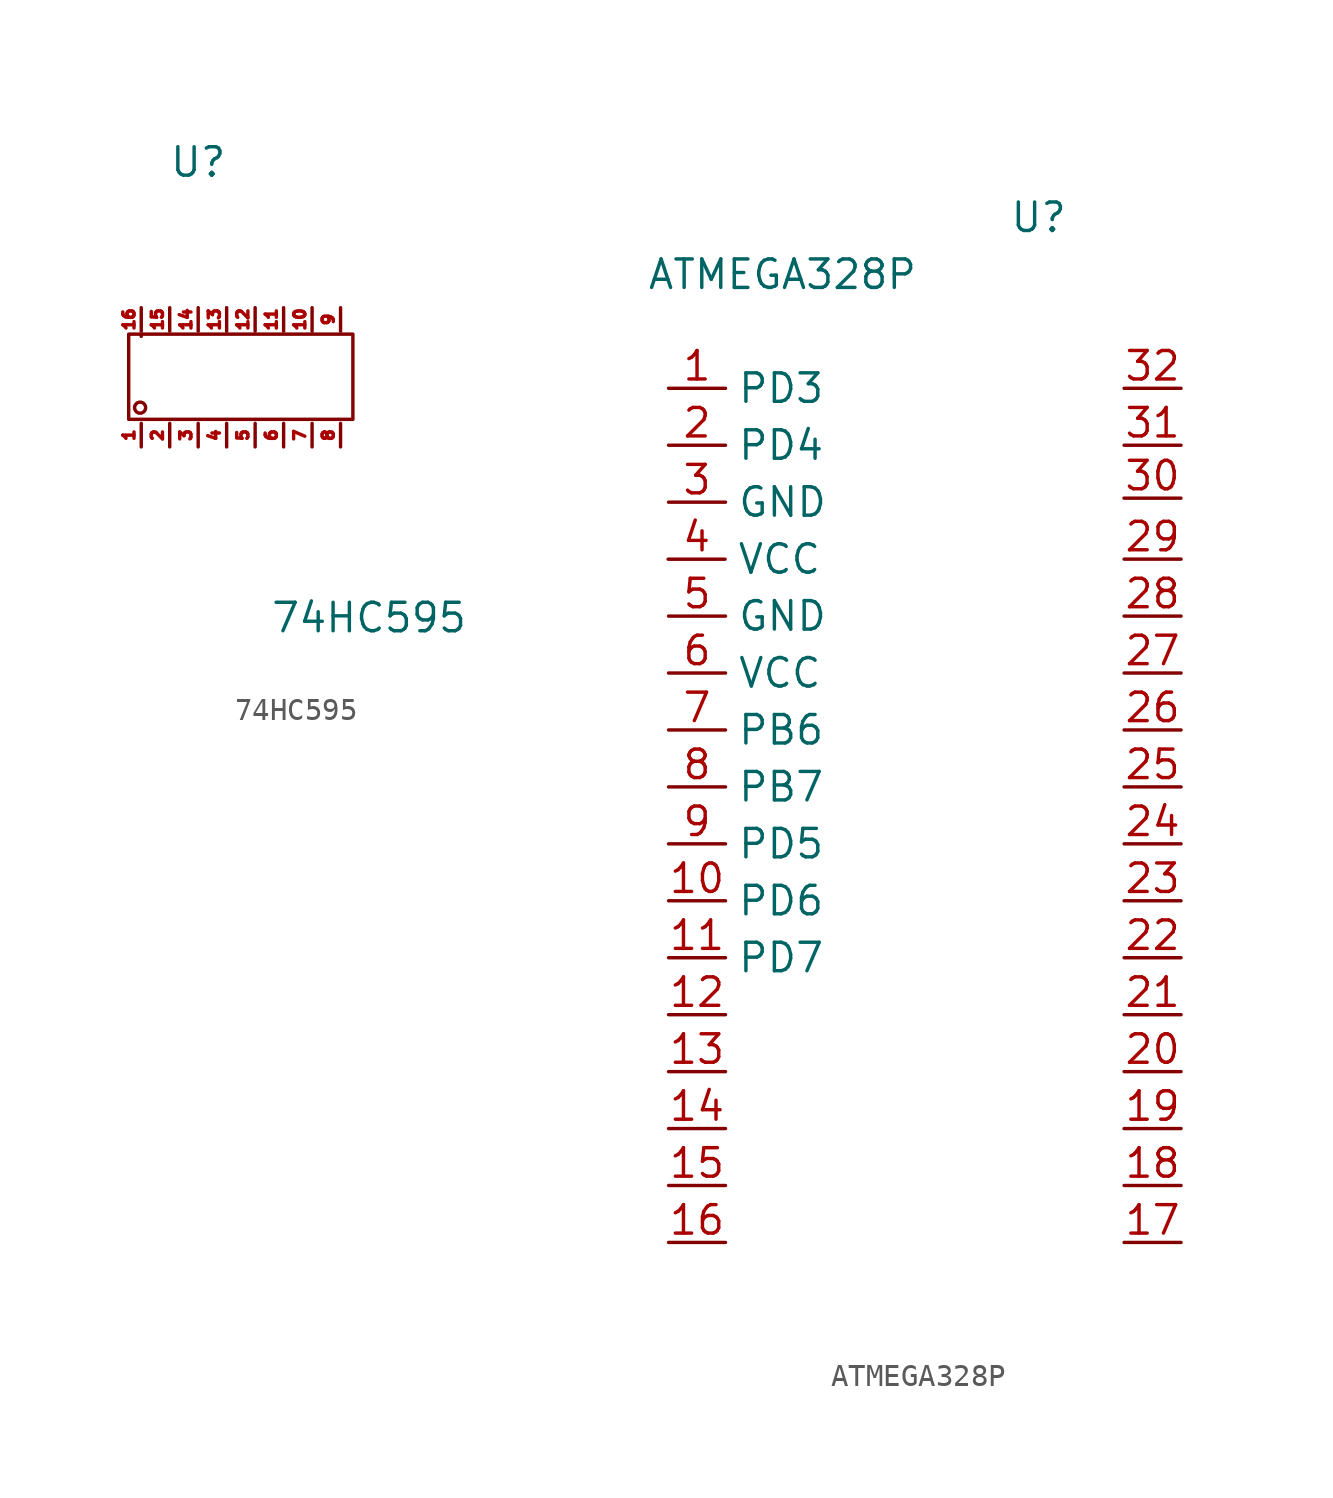
<source format=kicad_sym>
(kicad_symbol_lib
  (version 20211014)
  (generator kicad_symbol_editor)
  (symbol "74HC595"
    (property "Reference" "U"
      (at 2.54 11.57 0)
      (effects (font (size 1.27 1.27))))
    (property "Value" "74HC595"
      (at 10.16 -8.75 0)
      (effects (font (size 1.27 1.27))))
    (symbol "74HC595_0_1"
      (rectangle (start -0.56 3.9) (end 9.44 0.1) (stroke (width 0) (type default) (color 0 0 0 0)) (fill (type none)))
      (circle (center -0.05 0.62) (radius 0.246) (stroke (width 0) (type default) (color 0 0 0 0)) (fill (type none)))
      (rectangle (start 0 3.8) (end 0 3.8) (stroke (width 0) (type default) (color 0 0 0 0)) (fill (type none))))
    (symbol "74HC595_1_1"
      (pin input line (at 0 -1.13 90) (length 1.05) (name "" (effects (font (size 0.5 0.5)))) (number "1" (effects (font (size 0.5 0.5)))))
      (pin input line (at 7.62 5.08 270) (length 1.05) (name "" (effects (font (size 0.5 0.5)))) (number "10" (effects (font (size 0.5 0.5)))))
      (pin input line (at 6.35 5.08 270) (length 1.05) (name "" (effects (font (size 0.5 0.5)))) (number "11" (effects (font (size 0.5 0.5)))))
      (pin input line (at 5.08 5.08 270) (length 1.05) (name "" (effects (font (size 0.5 0.5)))) (number "12" (effects (font (size 0.5 0.5)))))
      (pin input line (at 3.81 5.08 270) (length 1.05) (name "" (effects (font (size 0.5 0.5)))) (number "13" (effects (font (size 0.5 0.5)))))
      (pin input line (at 2.54 5.08 270) (length 1.05) (name "" (effects (font (size 0.5 0.5)))) (number "14" (effects (font (size 0.5 0.5)))))
      (pin input line (at 1.27 5.08 270) (length 1.05) (name "" (effects (font (size 0.5 0.5)))) (number "15" (effects (font (size 0.5 0.5)))))
      (pin input line (at 0 5.08 270) (length 1.05) (name "" (effects (font (size 0.5 0.5)))) (number "16" (effects (font (size 0.5 0.5)))))
      (pin input line (at 1.27 -1.13 90) (length 1.05) (name "" (effects (font (size 0.5 0.5)))) (number "2" (effects (font (size 0.5 0.5)))))
      (pin input line (at 2.54 -1.13 90) (length 1.05) (name "" (effects (font (size 0.5 0.5)))) (number "3" (effects (font (size 0.5 0.5)))))
      (pin input line (at 3.81 -1.13 90) (length 1.05) (name "" (effects (font (size 0.5 0.5)))) (number "4" (effects (font (size 0.5 0.5)))))
      (pin input line (at 5.08 -1.13 90) (length 1.05) (name "" (effects (font (size 0.5 0.5)))) (number "5" (effects (font (size 0.5 0.5)))))
      (pin input line (at 6.35 -1.13 90) (length 1.05) (name "" (effects (font (size 0.5 0.5)))) (number "6" (effects (font (size 0.5 0.5)))))
      (pin input line (at 7.62 -1.13 90) (length 1.05) (name "" (effects (font (size 0.5 0.5)))) (number "7" (effects (font (size 0.5 0.5)))))
      (pin input line (at 8.89 -1.13 90) (length 1.05) (name "" (effects (font (size 0.5 0.5)))) (number "8" (effects (font (size 0.5 0.5)))))
      (pin input line (at 8.89 5.08 270) (length 1.05) (name "" (effects (font (size 0.5 0.5)))) (number "9" (effects (font (size 0.5 0.5)))))))
  (symbol "ATMEGA328P"
    (property "Reference" "U"
      (at 13.97 10.16 0)
      (effects (font (size 1.27 1.27))))
    (property "Value" "ATMEGA328P"
      (at 2.54 7.62 0)
      (effects (font (size 1.27 1.27))))
    (symbol "ATMEGA328P_1_1"
      (pin input line (at -2.54 2.54 0) (length 2.54) (name "PD3" (effects (font (size 1.27 1.27)))) (number "1" (effects (font (size 1.27 1.27)))))
      (pin input line (at -2.54 -20.32 0) (length 2.54) (name "PD6" (effects (font (size 1.27 1.27)))) (number "10" (effects (font (size 1.27 1.27)))))
      (pin input line (at -2.54 -22.86 0) (length 2.54) (name "PD7" (effects (font (size 1.27 1.27)))) (number "11" (effects (font (size 1.27 1.27)))))
      (pin input line (at -2.54 -25.4 0) (length 2.54) (name "" (effects (font (size 1.27 1.27)))) (number "12" (effects (font (size 1.27 1.27)))))
      (pin input line (at -2.54 -27.94 0) (length 2.54) (name "" (effects (font (size 1.27 1.27)))) (number "13" (effects (font (size 1.27 1.27)))))
      (pin input line (at -2.54 -30.48 0) (length 2.54) (name "" (effects (font (size 1.27 1.27)))) (number "14" (effects (font (size 1.27 1.27)))))
      (pin input line (at -2.54 -33.02 0) (length 2.54) (name "" (effects (font (size 1.27 1.27)))) (number "15" (effects (font (size 1.27 1.27)))))
      (pin input line (at -2.54 -35.56 0) (length 2.54) (name "" (effects (font (size 1.27 1.27)))) (number "16" (effects (font (size 1.27 1.27)))))
      (pin input line (at 20.32 -35.56 180) (length 2.54) (name "" (effects (font (size 1.27 1.27)))) (number "17" (effects (font (size 1.27 1.27)))))
      (pin input line (at 20.32 -33.02 180) (length 2.54) (name "" (effects (font (size 1.27 1.27)))) (number "18" (effects (font (size 1.27 1.27)))))
      (pin input line (at 20.32 -30.48 180) (length 2.54) (name "" (effects (font (size 1.27 1.27)))) (number "19" (effects (font (size 1.27 1.27)))))
      (pin input line (at -2.54 0 0) (length 2.54) (name "PD4" (effects (font (size 1.27 1.27)))) (number "2" (effects (font (size 1.27 1.27)))))
      (pin input line (at 20.32 -27.94 180) (length 2.54) (name "" (effects (font (size 1.27 1.27)))) (number "20" (effects (font (size 1.27 1.27)))))
      (pin input line (at 20.32 -25.4 180) (length 2.54) (name "" (effects (font (size 1.27 1.27)))) (number "21" (effects (font (size 1.27 1.27)))))
      (pin input line (at 20.32 -22.86 180) (length 2.54) (name "" (effects (font (size 1.27 1.27)))) (number "22" (effects (font (size 1.27 1.27)))))
      (pin input line (at 20.32 -20.32 180) (length 2.54) (name "" (effects (font (size 1.27 1.27)))) (number "23" (effects (font (size 1.27 1.27)))))
      (pin input line (at 20.32 -17.78 180) (length 2.54) (name "" (effects (font (size 1.27 1.27)))) (number "24" (effects (font (size 1.27 1.27)))))
      (pin input line (at 20.32 -15.24 180) (length 2.54) (name "" (effects (font (size 1.27 1.27)))) (number "25" (effects (font (size 1.27 1.27)))))
      (pin input line (at 20.32 -12.7 180) (length 2.54) (name "" (effects (font (size 1.27 1.27)))) (number "26" (effects (font (size 1.27 1.27)))))
      (pin input line (at 20.32 -10.16 180) (length 2.54) (name "" (effects (font (size 1.27 1.27)))) (number "27" (effects (font (size 1.27 1.27)))))
      (pin input line (at 20.32 -7.62 180) (length 2.54) (name "" (effects (font (size 1.27 1.27)))) (number "28" (effects (font (size 1.27 1.27)))))
      (pin input line (at 20.32 -5.08 180) (length 2.54) (name "" (effects (font (size 1.27 1.27)))) (number "29" (effects (font (size 1.27 1.27)))))
      (pin input line (at -2.54 -2.54 0) (length 2.54) (name "GND" (effects (font (size 1.27 1.27)))) (number "3" (effects (font (size 1.27 1.27)))))
      (pin input line (at 20.316 -2.36 180) (length 2.54) (name "" (effects (font (size 1.27 1.27)))) (number "30" (effects (font (size 1.27 1.27)))))
      (pin input line (at 20.32 0 180) (length 2.54) (name "" (effects (font (size 1.27 1.27)))) (number "31" (effects (font (size 1.27 1.27)))))
      (pin input line (at 20.32 2.54 180) (length 2.54) (name "" (effects (font (size 1.27 1.27)))) (number "32" (effects (font (size 1.27 1.27)))))
      (pin input line (at -2.559 -5.083 0) (length 2.54) (name "VCC" (effects (font (size 1.27 1.27)))) (number "4" (effects (font (size 1.27 1.27)))))
      (pin input line (at -2.54 -7.62 0) (length 2.54) (name "GND" (effects (font (size 1.27 1.27)))) (number "5" (effects (font (size 1.27 1.27)))))
      (pin input line (at -2.54 -10.16 0) (length 2.54) (name "VCC" (effects (font (size 1.27 1.27)))) (number "6" (effects (font (size 1.27 1.27)))))
      (pin input line (at -2.54 -12.7 0) (length 2.54) (name "PB6" (effects (font (size 1.27 1.27)))) (number "7" (effects (font (size 1.27 1.27)))))
      (pin input line (at -2.54 -15.24 0) (length 2.54) (name "PB7" (effects (font (size 1.27 1.27)))) (number "8" (effects (font (size 1.27 1.27)))))
      (pin input line (at -2.54 -17.78 0) (length 2.54) (name "PD5" (effects (font (size 1.27 1.27)))) (number "9" (effects (font (size 1.27 1.27))))))))
</source>
